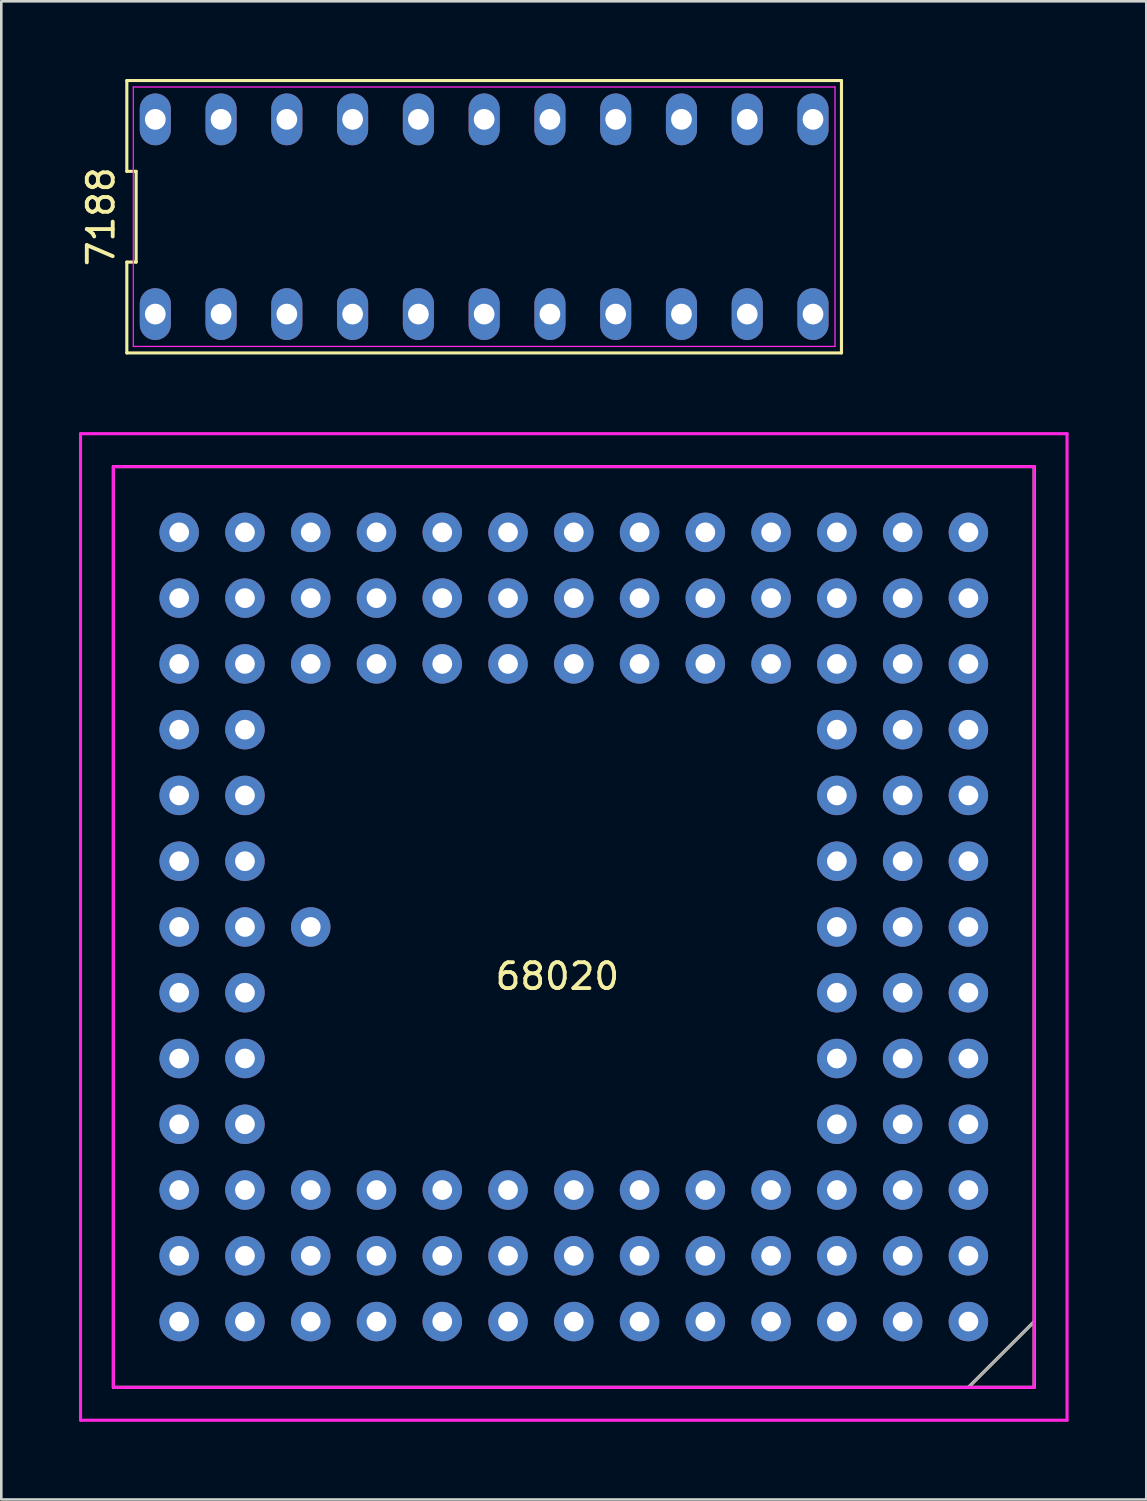
<source format=kicad_pcb>
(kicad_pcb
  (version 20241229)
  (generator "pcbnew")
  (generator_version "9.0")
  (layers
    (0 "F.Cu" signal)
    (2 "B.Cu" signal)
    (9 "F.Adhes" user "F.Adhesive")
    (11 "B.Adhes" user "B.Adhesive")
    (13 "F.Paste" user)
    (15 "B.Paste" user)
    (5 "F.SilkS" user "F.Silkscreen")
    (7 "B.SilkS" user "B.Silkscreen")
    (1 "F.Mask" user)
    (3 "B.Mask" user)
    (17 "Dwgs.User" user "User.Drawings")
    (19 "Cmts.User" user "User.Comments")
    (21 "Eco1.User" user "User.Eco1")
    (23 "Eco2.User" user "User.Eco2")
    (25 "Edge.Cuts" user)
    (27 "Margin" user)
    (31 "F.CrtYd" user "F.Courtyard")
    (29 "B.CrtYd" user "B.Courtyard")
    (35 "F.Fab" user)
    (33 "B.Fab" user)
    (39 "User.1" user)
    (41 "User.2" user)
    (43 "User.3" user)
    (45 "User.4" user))
  (footprint "7188"
    (layer "F.Cu")
    (at 15.648 5.32)
    (property "Reference" "7188" (at -14.8 0 90) (layer "F.SilkS") (effects (font (size 1 1) (thickness 0.15))))
    (attr through_hole)
    (fp_line (start -13.8 -5.26) (end -13.8 -1.753) (stroke (width 0.12) (type solid)) (layer "F.SilkS"))
    (fp_line (start -13.8 -1.753) (end -13.44 -1.753) (stroke (width 0.12) (type solid)) (layer "F.SilkS"))
    (fp_line (start -13.8 1.753) (end -13.8 5.26) (stroke (width 0.12) (type solid)) (layer "F.SilkS"))
    (fp_line (start -13.8 5.26) (end 13.8 5.26) (stroke (width 0.12) (type solid)) (layer "F.SilkS"))
    (fp_line (start -13.44 -1.753) (end -13.44 1.753) (stroke (width 0.12) (type solid)) (layer "F.SilkS"))
    (fp_line (start -13.44 1.753) (end -13.8 1.753) (stroke (width 0.12) (type solid)) (layer "F.SilkS"))
    (fp_line (start 13.8 -5.26) (end -13.8 -5.26) (stroke (width 0.12) (type solid)) (layer "F.SilkS"))
    (fp_line (start 13.8 5.26) (end 13.8 -5.26) (stroke (width 0.12) (type solid)) (layer "F.SilkS"))
    (fp_line (start -13.55 -5.01) (end 13.55 -5.01) (stroke (width 0.05) (type solid)) (layer "F.CrtYd"))
    (fp_line (start -13.55 5.01) (end -13.55 -5.01) (stroke (width 0.05) (type solid)) (layer "F.CrtYd"))
    (fp_line (start 13.55 -5.01) (end 13.55 5.01) (stroke (width 0.05) (type solid)) (layer "F.CrtYd"))
    (fp_line (start 13.55 5.01) (end -13.55 5.01) (stroke (width 0.05) (type solid)) (layer "F.CrtYd"))
    (pad "1" thru_hole oval (at -12.7 3.76) (size 1.2 2) (drill 0.8) (layers "*.Cu" "*.Mask"))
    (pad "2" thru_hole oval (at -10.16 3.76) (size 1.2 2) (drill 0.8) (layers "*.Cu" "*.Mask"))
    (pad "3" thru_hole oval (at -7.62 3.76) (size 1.2 2) (drill 0.8) (layers "*.Cu" "*.Mask"))
    (pad "4" thru_hole oval (at -5.08 3.76) (size 1.2 2) (drill 0.8) (layers "*.Cu" "*.Mask"))
    (pad "5" thru_hole oval (at -2.54 3.76) (size 1.2 2) (drill 0.8) (layers "*.Cu" "*.Mask"))
    (pad "6" thru_hole oval (at 0 3.76) (size 1.2 2) (drill 0.8) (layers "*.Cu" "*.Mask"))
    (pad "7" thru_hole oval (at 2.54 3.76) (size 1.2 2) (drill 0.8) (layers "*.Cu" "*.Mask"))
    (pad "8" thru_hole oval (at 5.08 3.76) (size 1.2 2) (drill 0.8) (layers "*.Cu" "*.Mask"))
    (pad "9" thru_hole oval (at 7.62 3.76) (size 1.2 2) (drill 0.8) (layers "*.Cu" "*.Mask"))
    (pad "10" thru_hole oval (at 10.16 3.76) (size 1.2 2) (drill 0.8) (layers "*.Cu" "*.Mask"))
    (pad "11" thru_hole oval (at 12.7 3.76) (size 1.2 2) (drill 0.8) (layers "*.Cu" "*.Mask"))
    (pad "12" thru_hole oval (at 12.7 -3.76) (size 1.2 2) (drill 0.8) (layers "*.Cu" "*.Mask"))
    (pad "13" thru_hole oval (at 10.16 -3.76) (size 1.2 2) (drill 0.8) (layers "*.Cu" "*.Mask"))
    (pad "14" thru_hole oval (at 7.62 -3.76) (size 1.2 2) (drill 0.8) (layers "*.Cu" "*.Mask"))
    (pad "15" thru_hole oval (at 5.08 -3.76) (size 1.2 2) (drill 0.8) (layers "*.Cu" "*.Mask"))
    (pad "16" thru_hole oval (at 2.54 -3.76) (size 1.2 2) (drill 0.8) (layers "*.Cu" "*.Mask"))
    (pad "17" thru_hole oval (at 0 -3.76) (size 1.2 2) (drill 0.8) (layers "*.Cu" "*.Mask"))
    (pad "18" thru_hole oval (at -2.54 -3.76) (size 1.2 2) (drill 0.8) (layers "*.Cu" "*.Mask"))
    (pad "19" thru_hole oval (at -5.08 -3.76) (size 1.2 2) (drill 0.8) (layers "*.Cu" "*.Mask"))
    (pad "20" thru_hole oval (at -7.62 -3.76) (size 1.2 2) (drill 0.8) (layers "*.Cu" "*.Mask"))
    (pad "21" thru_hole oval (at -10.16 -3.76) (size 1.2 2) (drill 0.8) (layers "*.Cu" "*.Mask"))
    (pad "22" thru_hole oval (at -12.7 -3.76) (size 1.2 2) (drill 0.8) (layers "*.Cu" "*.Mask")))
  (footprint "68020"
    (layer "F.Cu")
    (at 18.475 32.115)
    (property "Reference" "68020" (at 0 2.54 0) (layer "F.SilkS") (effects (font (size 1 1) (thickness 0.15))))
    (attr through_hole)
    (fp_line (start -17.145 -17.145) (end 18.415 -17.145) (stroke (width 0.12) (type solid)) (layer "F.SilkS"))
    (fp_line (start -17.145 18.415) (end -17.145 -17.145) (stroke (width 0.12) (type solid)) (layer "F.SilkS"))
    (fp_line (start 18.415 -17.145) (end 18.415 18.415) (stroke (width 0.12) (type solid)) (layer "F.SilkS"))
    (fp_line (start 18.415 15.875) (end 15.875 18.415) (stroke (width 0.12) (type solid)) (layer "F.SilkS"))
    (fp_line (start 18.415 18.415) (end -17.145 18.415) (stroke (width 0.12) (type solid)) (layer "F.SilkS"))
    (fp_line (start -18.415 -18.415) (end 19.685 -18.415) (stroke (width 0.12) (type solid)) (layer "F.CrtYd"))
    (fp_line (start -18.415 19.685) (end -18.415 -18.415) (stroke (width 0.12) (type solid)) (layer "F.CrtYd"))
    (fp_line (start -17.145 -17.145) (end 18.415 -17.145) (stroke (width 0.12) (type solid)) (layer "F.CrtYd"))
    (fp_line (start -17.145 18.415) (end -17.145 -17.145) (stroke (width 0.12) (type solid)) (layer "F.CrtYd"))
    (fp_line (start 18.415 -17.145) (end 18.415 18.415) (stroke (width 0.12) (type solid)) (layer "F.CrtYd"))
    (fp_line (start 18.415 18.415) (end -17.145 18.415) (stroke (width 0.12) (type solid)) (layer "F.CrtYd"))
    (fp_line (start 19.685 -18.415) (end 19.685 19.685) (stroke (width 0.12) (type solid)) (layer "F.CrtYd"))
    (fp_line (start 19.685 19.685) (end -18.415 19.685) (stroke (width 0.12) (type solid)) (layer "F.CrtYd"))
    (fp_line (start 18.415 15.875) (end 15.875 18.415) (stroke (width 0.12) (type solid)) (layer "F.Fab"))
    (pad "1" thru_hole circle (at 15.875 15.875 180) (size 1.524 1.524) (drill 0.762) (layers "*.Cu" "*.Mask"))
    (pad "2" thru_hole circle (at 13.335 15.875 180) (size 1.524 1.524) (drill 0.762) (layers "*.Cu" "*.Mask"))
    (pad "3" thru_hole circle (at 10.795 15.875 180) (size 1.524 1.524) (drill 0.762) (layers "*.Cu" "*.Mask"))
    (pad "4" thru_hole circle (at 8.255 15.875 180) (size 1.524 1.524) (drill 0.762) (layers "*.Cu" "*.Mask"))
    (pad "5" thru_hole circle (at 5.715 15.875 180) (size 1.524 1.524) (drill 0.762) (layers "*.Cu" "*.Mask"))
    (pad "6" thru_hole circle (at 3.175 15.875 180) (size 1.524 1.524) (drill 0.762) (layers "*.Cu" "*.Mask"))
    (pad "7" thru_hole circle (at 0.635 15.875 180) (size 1.524 1.524) (drill 0.762) (layers "*.Cu" "*.Mask"))
    (pad "8" thru_hole circle (at -1.905 15.875 180) (size 1.524 1.524) (drill 0.762) (layers "*.Cu" "*.Mask"))
    (pad "9" thru_hole circle (at -4.445 15.875 180) (size 1.524 1.524) (drill 0.762) (layers "*.Cu" "*.Mask"))
    (pad "10" thru_hole circle (at -6.985 15.875 180) (size 1.524 1.524) (drill 0.762) (layers "*.Cu" "*.Mask"))
    (pad "11" thru_hole circle (at -9.525 15.875 180) (size 1.524 1.524) (drill 0.762) (layers "*.Cu" "*.Mask"))
    (pad "12" thru_hole circle (at -12.065 15.875 180) (size 1.524 1.524) (drill 0.762) (layers "*.Cu" "*.Mask"))
    (pad "13" thru_hole circle (at -14.605 15.875 180) (size 1.524 1.524) (drill 0.762) (layers "*.Cu" "*.Mask"))
    (pad "14" thru_hole circle (at 15.875 13.335 180) (size 1.524 1.524) (drill 0.762) (layers "*.Cu" "*.Mask"))
    (pad "15" thru_hole circle (at 13.335 13.335 180) (size 1.524 1.524) (drill 0.762) (layers "*.Cu" "*.Mask"))
    (pad "16" thru_hole circle (at 10.795 13.335 180) (size 1.524 1.524) (drill 0.762) (layers "*.Cu" "*.Mask"))
    (pad "17" thru_hole circle (at 8.255 13.335 180) (size 1.524 1.524) (drill 0.762) (layers "*.Cu" "*.Mask"))
    (pad "18" thru_hole circle (at 5.715 13.335 180) (size 1.524 1.524) (drill 0.762) (layers "*.Cu" "*.Mask"))
    (pad "19" thru_hole circle (at 3.175 13.335 180) (size 1.524 1.524) (drill 0.762) (layers "*.Cu" "*.Mask"))
    (pad "20" thru_hole circle (at 0.635 13.335 180) (size 1.524 1.524) (drill 0.762) (layers "*.Cu" "*.Mask"))
    (pad "21" thru_hole circle (at -1.905 13.335 180) (size 1.524 1.524) (drill 0.762) (layers "*.Cu" "*.Mask"))
    (pad "22" thru_hole circle (at -4.445 13.335 180) (size 1.524 1.524) (drill 0.762) (layers "*.Cu" "*.Mask"))
    (pad "23" thru_hole circle (at -6.985 13.335 180) (size 1.524 1.524) (drill 0.762) (layers "*.Cu" "*.Mask"))
    (pad "24" thru_hole circle (at -9.525 13.335 180) (size 1.524 1.524) (drill 0.762) (layers "*.Cu" "*.Mask"))
    (pad "25" thru_hole circle (at -12.065 13.335 180) (size 1.524 1.524) (drill 0.762) (layers "*.Cu" "*.Mask"))
    (pad "26" thru_hole circle (at -14.605 13.335 180) (size 1.524 1.524) (drill 0.762) (layers "*.Cu" "*.Mask"))
    (pad "27" thru_hole circle (at 15.875 10.795 180) (size 1.524 1.524) (drill 0.762) (layers "*.Cu" "*.Mask"))
    (pad "28" thru_hole circle (at 13.335 10.795 180) (size 1.524 1.524) (drill 0.762) (layers "*.Cu" "*.Mask"))
    (pad "29" thru_hole circle (at 10.795 10.795 180) (size 1.524 1.524) (drill 0.762) (layers "*.Cu" "*.Mask"))
    (pad "30" thru_hole circle (at 8.255 10.795 180) (size 1.524 1.524) (drill 0.762) (layers "*.Cu" "*.Mask"))
    (pad "31" thru_hole circle (at 5.715 10.795 180) (size 1.524 1.524) (drill 0.762) (layers "*.Cu" "*.Mask"))
    (pad "32" thru_hole circle (at 3.175 10.795 180) (size 1.524 1.524) (drill 0.762) (layers "*.Cu" "*.Mask"))
    (pad "33" thru_hole circle (at 0.635 10.795 180) (size 1.524 1.524) (drill 0.762) (layers "*.Cu" "*.Mask"))
    (pad "34" thru_hole circle (at -1.905 10.795 180) (size 1.524 1.524) (drill 0.762) (layers "*.Cu" "*.Mask"))
    (pad "35" thru_hole circle (at -4.445 10.795 180) (size 1.524 1.524) (drill 0.762) (layers "*.Cu" "*.Mask"))
    (pad "36" thru_hole circle (at -6.985 10.795 180) (size 1.524 1.524) (drill 0.762) (layers "*.Cu" "*.Mask"))
    (pad "37" thru_hole circle (at -9.525 10.795 180) (size 1.524 1.524) (drill 0.762) (layers "*.Cu" "*.Mask"))
    (pad "38" thru_hole circle (at -12.065 10.795 180) (size 1.524 1.524) (drill 0.762) (layers "*.Cu" "*.Mask"))
    (pad "39" thru_hole circle (at -14.605 10.795 180) (size 1.524 1.524) (drill 0.762) (layers "*.Cu" "*.Mask"))
    (pad "40" thru_hole circle (at 15.875 8.255 180) (size 1.524 1.524) (drill 0.762) (layers "*.Cu" "*.Mask"))
    (pad "41" thru_hole circle (at 13.335 8.255 180) (size 1.524 1.524) (drill 0.762) (layers "*.Cu" "*.Mask"))
    (pad "42" thru_hole circle (at 10.795 8.255 180) (size 1.524 1.524) (drill 0.762) (layers "*.Cu" "*.Mask"))
    (pad "51" thru_hole circle (at -12.065 8.255 180) (size 1.524 1.524) (drill 0.762) (layers "*.Cu" "*.Mask"))
    (pad "52" thru_hole circle (at -14.605 8.255 180) (size 1.524 1.524) (drill 0.762) (layers "*.Cu" "*.Mask"))
    (pad "53" thru_hole circle (at 15.875 5.715 180) (size 1.524 1.524) (drill 0.762) (layers "*.Cu" "*.Mask"))
    (pad "54" thru_hole circle (at 13.335 5.715 180) (size 1.524 1.524) (drill 0.762) (layers "*.Cu" "*.Mask"))
    (pad "55" thru_hole circle (at 10.795 5.715 180) (size 1.524 1.524) (drill 0.762) (layers "*.Cu" "*.Mask"))
    (pad "64" thru_hole circle (at -12.065 5.715 180) (size 1.524 1.524) (drill 0.762) (layers "*.Cu" "*.Mask"))
    (pad "65" thru_hole circle (at -14.605 5.715 180) (size 1.524 1.524) (drill 0.762) (layers "*.Cu" "*.Mask"))
    (pad "66" thru_hole circle (at 15.875 3.175 180) (size 1.524 1.524) (drill 0.762) (layers "*.Cu" "*.Mask"))
    (pad "67" thru_hole circle (at 13.335 3.175 180) (size 1.524 1.524) (drill 0.762) (layers "*.Cu" "*.Mask"))
    (pad "68" thru_hole circle (at 10.795 3.175 180) (size 1.524 1.524) (drill 0.762) (layers "*.Cu" "*.Mask"))
    (pad "77" thru_hole circle (at -12.065 3.175 180) (size 1.524 1.524) (drill 0.762) (layers "*.Cu" "*.Mask"))
    (pad "78" thru_hole circle (at -14.605 3.175 180) (size 1.524 1.524) (drill 0.762) (layers "*.Cu" "*.Mask"))
    (pad "79" thru_hole circle (at 15.875 0.635 180) (size 1.524 1.524) (drill 0.762) (layers "*.Cu" "*.Mask"))
    (pad "80" thru_hole circle (at 13.335 0.635 180) (size 1.524 1.524) (drill 0.762) (layers "*.Cu" "*.Mask"))
    (pad "81" thru_hole circle (at 10.795 0.635 180) (size 1.524 1.524) (drill 0.762) (layers "*.Cu" "*.Mask"))
    (pad "89" thru_hole circle (at -9.525 0.635 180) (size 1.524 1.524) (drill 0.762) (layers "*.Cu" "*.Mask"))
    (pad "90" thru_hole circle (at -12.065 0.635 180) (size 1.524 1.524) (drill 0.762) (layers "*.Cu" "*.Mask"))
    (pad "91" thru_hole circle (at -14.605 0.635 180) (size 1.524 1.524) (drill 0.762) (layers "*.Cu" "*.Mask"))
    (pad "92" thru_hole circle (at 15.875 -1.905 180) (size 1.524 1.524) (drill 0.762) (layers "*.Cu" "*.Mask"))
    (pad "93" thru_hole circle (at 13.335 -1.905 180) (size 1.524 1.524) (drill 0.762) (layers "*.Cu" "*.Mask"))
    (pad "94" thru_hole circle (at 10.795 -1.905 180) (size 1.524 1.524) (drill 0.762) (layers "*.Cu" "*.Mask"))
    (pad "103" thru_hole circle (at -12.065 -1.905 180) (size 1.524 1.524) (drill 0.762) (layers "*.Cu" "*.Mask"))
    (pad "104" thru_hole circle (at -14.605 -1.905 180) (size 1.524 1.524) (drill 0.762) (layers "*.Cu" "*.Mask"))
    (pad "105" thru_hole circle (at 15.875 -4.445 180) (size 1.524 1.524) (drill 0.762) (layers "*.Cu" "*.Mask"))
    (pad "106" thru_hole circle (at 13.335 -4.445 180) (size 1.524 1.524) (drill 0.762) (layers "*.Cu" "*.Mask"))
    (pad "107" thru_hole circle (at 10.795 -4.445 180) (size 1.524 1.524) (drill 0.762) (layers "*.Cu" "*.Mask"))
    (pad "116" thru_hole circle (at -12.065 -4.445 180) (size 1.524 1.524) (drill 0.762) (layers "*.Cu" "*.Mask"))
    (pad "117" thru_hole circle (at -14.605 -4.445 180) (size 1.524 1.524) (drill 0.762) (layers "*.Cu" "*.Mask"))
    (pad "118" thru_hole circle (at 15.875 -6.985 180) (size 1.524 1.524) (drill 0.762) (layers "*.Cu" "*.Mask"))
    (pad "119" thru_hole circle (at 13.335 -6.985 180) (size 1.524 1.524) (drill 0.762) (layers "*.Cu" "*.Mask"))
    (pad "120" thru_hole circle (at 10.795 -6.985 180) (size 1.524 1.524) (drill 0.762) (layers "*.Cu" "*.Mask"))
    (pad "129" thru_hole circle (at -12.065 -6.985 180) (size 1.524 1.524) (drill 0.762) (layers "*.Cu" "*.Mask"))
    (pad "130" thru_hole circle (at -14.605 -6.985 180) (size 1.524 1.524) (drill 0.762) (layers "*.Cu" "*.Mask"))
    (pad "131" thru_hole circle (at 15.875 -9.525 180) (size 1.524 1.524) (drill 0.762) (layers "*.Cu" "*.Mask"))
    (pad "132" thru_hole circle (at 13.335 -9.525 180) (size 1.524 1.524) (drill 0.762) (layers "*.Cu" "*.Mask"))
    (pad "133" thru_hole circle (at 10.795 -9.525 180) (size 1.524 1.524) (drill 0.762) (layers "*.Cu" "*.Mask"))
    (pad "134" thru_hole circle (at 8.255 -9.525 180) (size 1.524 1.524) (drill 0.762) (layers "*.Cu" "*.Mask"))
    (pad "135" thru_hole circle (at 5.715 -9.525 180) (size 1.524 1.524) (drill 0.762) (layers "*.Cu" "*.Mask"))
    (pad "136" thru_hole circle (at 3.175 -9.525 180) (size 1.524 1.524) (drill 0.762) (layers "*.Cu" "*.Mask"))
    (pad "137" thru_hole circle (at 0.635 -9.525 180) (size 1.524 1.524) (drill 0.762) (layers "*.Cu" "*.Mask"))
    (pad "138" thru_hole circle (at -1.905 -9.525 180) (size 1.524 1.524) (drill 0.762) (layers "*.Cu" "*.Mask"))
    (pad "139" thru_hole circle (at -4.445 -9.525 180) (size 1.524 1.524) (drill 0.762) (layers "*.Cu" "*.Mask"))
    (pad "140" thru_hole circle (at -6.985 -9.525 180) (size 1.524 1.524) (drill 0.762) (layers "*.Cu" "*.Mask"))
    (pad "141" thru_hole circle (at -9.525 -9.525 180) (size 1.524 1.524) (drill 0.762) (layers "*.Cu" "*.Mask"))
    (pad "142" thru_hole circle (at -12.065 -9.525 180) (size 1.524 1.524) (drill 0.762) (layers "*.Cu" "*.Mask"))
    (pad "143" thru_hole circle (at -14.605 -9.525 180) (size 1.524 1.524) (drill 0.762) (layers "*.Cu" "*.Mask"))
    (pad "144" thru_hole circle (at 15.875 -12.065 180) (size 1.524 1.524) (drill 0.762) (layers "*.Cu" "*.Mask"))
    (pad "145" thru_hole circle (at 13.335 -12.065 180) (size 1.524 1.524) (drill 0.762) (layers "*.Cu" "*.Mask"))
    (pad "146" thru_hole circle (at 10.795 -12.065 180) (size 1.524 1.524) (drill 0.762) (layers "*.Cu" "*.Mask"))
    (pad "147" thru_hole circle (at 8.255 -12.065 180) (size 1.524 1.524) (drill 0.762) (layers "*.Cu" "*.Mask"))
    (pad "148" thru_hole circle (at 5.715 -12.065 180) (size 1.524 1.524) (drill 0.762) (layers "*.Cu" "*.Mask"))
    (pad "149" thru_hole circle (at 3.175 -12.065 180) (size 1.524 1.524) (drill 0.762) (layers "*.Cu" "*.Mask"))
    (pad "150" thru_hole circle (at 0.635 -12.065 180) (size 1.524 1.524) (drill 0.762) (layers "*.Cu" "*.Mask"))
    (pad "151" thru_hole circle (at -1.905 -12.065 180) (size 1.524 1.524) (drill 0.762) (layers "*.Cu" "*.Mask"))
    (pad "152" thru_hole circle (at -4.445 -12.065 180) (size 1.524 1.524) (drill 0.762) (layers "*.Cu" "*.Mask"))
    (pad "153" thru_hole circle (at -6.985 -12.065 180) (size 1.524 1.524) (drill 0.762) (layers "*.Cu" "*.Mask"))
    (pad "154" thru_hole circle (at -9.525 -12.065 180) (size 1.524 1.524) (drill 0.762) (layers "*.Cu" "*.Mask"))
    (pad "155" thru_hole circle (at -12.065 -12.065 180) (size 1.524 1.524) (drill 0.762) (layers "*.Cu" "*.Mask"))
    (pad "156" thru_hole circle (at -14.605 -12.065 180) (size 1.524 1.524) (drill 0.762) (layers "*.Cu" "*.Mask"))
    (pad "157" thru_hole circle (at 15.875 -14.605 180) (size 1.524 1.524) (drill 0.762) (layers "*.Cu" "*.Mask"))
    (pad "158" thru_hole circle (at 13.335 -14.605 180) (size 1.524 1.524) (drill 0.762) (layers "*.Cu" "*.Mask"))
    (pad "159" thru_hole circle (at 10.795 -14.605 180) (size 1.524 1.524) (drill 0.762) (layers "*.Cu" "*.Mask"))
    (pad "160" thru_hole circle (at 8.255 -14.605 180) (size 1.524 1.524) (drill 0.762) (layers "*.Cu" "*.Mask"))
    (pad "161" thru_hole circle (at 5.715 -14.605 180) (size 1.524 1.524) (drill 0.762) (layers "*.Cu" "*.Mask"))
    (pad "162" thru_hole circle (at 3.175 -14.605 180) (size 1.524 1.524) (drill 0.762) (layers "*.Cu" "*.Mask"))
    (pad "163" thru_hole circle (at 0.635 -14.605 180) (size 1.524 1.524) (drill 0.762) (layers "*.Cu" "*.Mask"))
    (pad "164" thru_hole circle (at -1.905 -14.605 180) (size 1.524 1.524) (drill 0.762) (layers "*.Cu" "*.Mask"))
    (pad "165" thru_hole circle (at -4.445 -14.605 180) (size 1.524 1.524) (drill 0.762) (layers "*.Cu" "*.Mask"))
    (pad "166" thru_hole circle (at -6.985 -14.605 180) (size 1.524 1.524) (drill 0.762) (layers "*.Cu" "*.Mask"))
    (pad "167" thru_hole circle (at -9.525 -14.605 180) (size 1.524 1.524) (drill 0.762) (layers "*.Cu" "*.Mask"))
    (pad "168" thru_hole circle (at -12.065 -14.605 180) (size 1.524 1.524) (drill 0.762) (layers "*.Cu" "*.Mask"))
    (pad "169" thru_hole circle (at -14.605 -14.605 180) (size 1.524 1.524) (drill 0.762) (layers "*.Cu" "*.Mask")))
  (gr_rect
    (start -3 -3)
    (end 41.22 54.86)
    (stroke (width 0.1) (type default))
    (fill no)
    (layer "Edge.Cuts")))
</source>
